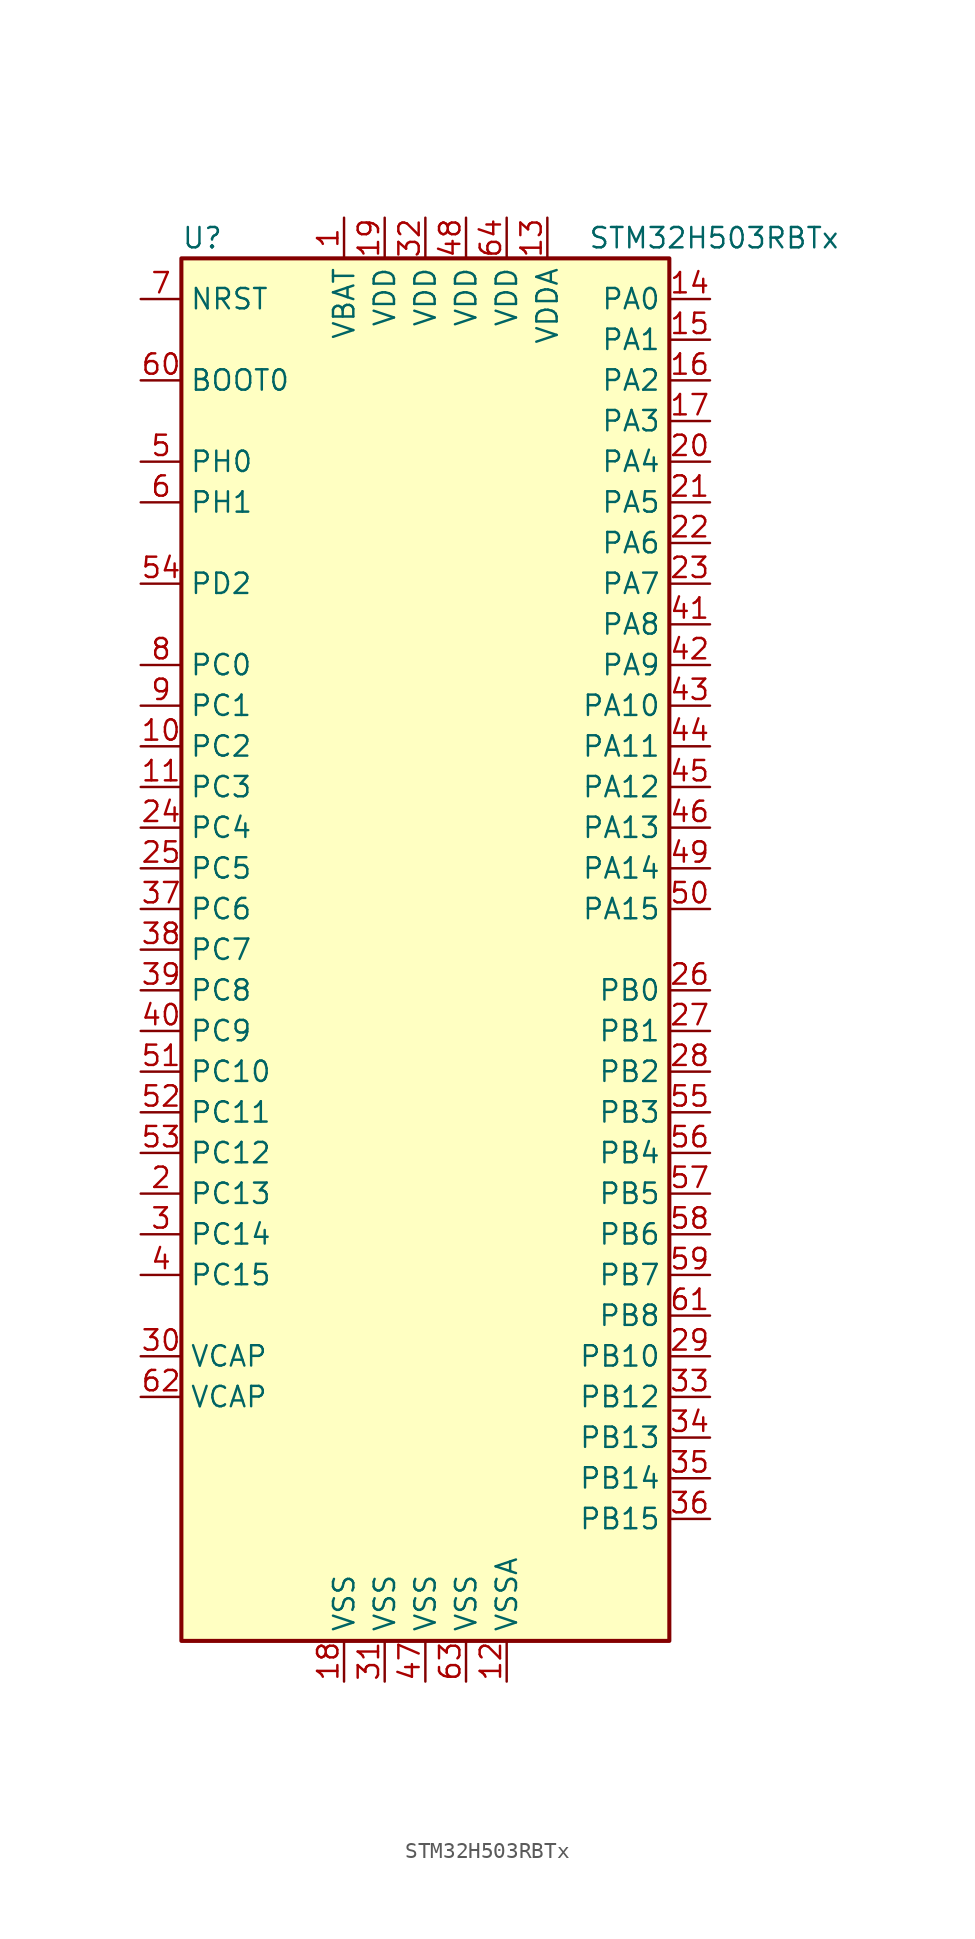
<source format=kicad_sym>
(kicad_symbol_lib
  (version 20220914)
  (generator kicad_symbol_editor)
  (symbol "STM32H503RBTx"
    (property "Reference" "U"
      (at -15.24 44.45 0)
      (effects (font (size 1.27 1.27)) (justify left)))
    (property "Value" "STM32H503RBTx"
      (at 10.16 44.45 0)
      (effects (font (size 1.27 1.27)) (justify left)))
    (property "ki_locked" ""
      (at 0 0 0)
      (effects (font (size 1.27 1.27))))
    (symbol "STM32H503RBTx_0_1"
      (rectangle (start -15.24 43.18) (end 15.24 -43.18) (stroke (width 0.254) (type default)) (fill (type background))))
    (symbol "STM32H503RBTx_1_1"
      (pin power_in line (at -5.08 45.72 270) (length 2.54) (name "VBAT" (effects (font (size 1.27 1.27)))) (number "1" (effects (font (size 1.27 1.27)))))
      (pin bidirectional line (at -17.78 12.7 0) (length 2.54) (name "PC2" (effects (font (size 1.27 1.27)))) (number "10" (effects (font (size 1.27 1.27)))) (alternate "ADC1_INN11" bidirectional line) (alternate "ADC1_INP12" bidirectional line) (alternate "ADC2_INN11" bidirectional line) (alternate "ADC2_INP12" bidirectional line) (alternate "DFSDM1_CKIN1" bidirectional line) (alternate "DFSDM1_CKOUT" bidirectional line) (alternate "I2S2_SDI" bidirectional line) (alternate "OCTOSPIM_P1_IO2" bidirectional line) (alternate "OCTOSPIM_P1_IO5" bidirectional line) (alternate "PWR_CSTOP" bidirectional line) (alternate "SPI2_MISO" bidirectional line) (alternate "USB_OTG_HS_ULPI_DIR" bidirectional line))
      (pin bidirectional line (at -17.78 10.16 0) (length 2.54) (name "PC3" (effects (font (size 1.27 1.27)))) (number "11" (effects (font (size 1.27 1.27)))) (alternate "ADC1_INN12" bidirectional line) (alternate "ADC1_INP13" bidirectional line) (alternate "ADC2_INN12" bidirectional line) (alternate "ADC2_INP13" bidirectional line) (alternate "DFSDM1_DATIN1" bidirectional line) (alternate "I2S2_SDO" bidirectional line) (alternate "OCTOSPIM_P1_IO0" bidirectional line) (alternate "OCTOSPIM_P1_IO6" bidirectional line) (alternate "PWR_CSLEEP" bidirectional line) (alternate "SPI2_MOSI" bidirectional line) (alternate "USB_OTG_HS_ULPI_NXT" bidirectional line))
      (pin power_in line (at 5.08 -45.72 90) (length 2.54) (name "VSSA" (effects (font (size 1.27 1.27)))) (number "12" (effects (font (size 1.27 1.27)))))
      (pin power_in line (at 7.62 45.72 270) (length 2.54) (name "VDDA" (effects (font (size 1.27 1.27)))) (number "13" (effects (font (size 1.27 1.27)))))
      (pin bidirectional line (at 17.78 40.64 180) (length 2.54) (name "PA0" (effects (font (size 1.27 1.27)))) (number "14" (effects (font (size 1.27 1.27)))) (alternate "ADC1_INP16" bidirectional line) (alternate "I2S6_WS" bidirectional line) (alternate "PWR_WKUP1" bidirectional line) (alternate "SAI2_SD_B" bidirectional line) (alternate "SDMMC2_CMD" bidirectional line) (alternate "SPI6_NSS" bidirectional line) (alternate "TIM15_BKIN" bidirectional line) (alternate "TIM2_CH1" bidirectional line) (alternate "TIM2_ETR" bidirectional line) (alternate "TIM5_CH1" bidirectional line) (alternate "TIM8_ETR" bidirectional line) (alternate "UART4_TX" bidirectional line) (alternate "USART2_CTS" bidirectional line) (alternate "USART2_NSS" bidirectional line))
      (pin bidirectional line (at 17.78 38.1 180) (length 2.54) (name "PA1" (effects (font (size 1.27 1.27)))) (number "15" (effects (font (size 1.27 1.27)))) (alternate "ADC1_INN16" bidirectional line) (alternate "ADC1_INP17" bidirectional line) (alternate "LPTIM3_OUT" bidirectional line) (alternate "LTDC_R2" bidirectional line) (alternate "OCTOSPIM_P1_DQS" bidirectional line) (alternate "OCTOSPIM_P1_IO3" bidirectional line) (alternate "SAI2_MCLK_B" bidirectional line) (alternate "TIM15_CH1N" bidirectional line) (alternate "TIM2_CH2" bidirectional line) (alternate "TIM5_CH2" bidirectional line) (alternate "UART4_RX" bidirectional line) (alternate "USART2_DE" bidirectional line) (alternate "USART2_RTS" bidirectional line))
      (pin bidirectional line (at 17.78 35.56 180) (length 2.54) (name "PA2" (effects (font (size 1.27 1.27)))) (number "16" (effects (font (size 1.27 1.27)))) (alternate "ADC1_INP14" bidirectional line) (alternate "DFSDM2_CKIN1" bidirectional line) (alternate "LTDC_R1" bidirectional line) (alternate "MDIOS_MDIO" bidirectional line) (alternate "PWR_WKUP2" bidirectional line) (alternate "SAI2_SCK_B" bidirectional line) (alternate "TIM15_CH1" bidirectional line) (alternate "TIM2_CH3" bidirectional line) (alternate "TIM5_CH3" bidirectional line) (alternate "USART2_TX" bidirectional line))
      (pin bidirectional line (at 17.78 33.02 180) (length 2.54) (name "PA3" (effects (font (size 1.27 1.27)))) (number "17" (effects (font (size 1.27 1.27)))) (alternate "ADC1_INP15" bidirectional line) (alternate "I2S6_MCK" bidirectional line) (alternate "LTDC_B2" bidirectional line) (alternate "LTDC_B5" bidirectional line) (alternate "OCTOSPIM_P1_CLK" bidirectional line) (alternate "TIM15_CH2" bidirectional line) (alternate "TIM2_CH4" bidirectional line) (alternate "TIM5_CH4" bidirectional line) (alternate "USART2_RX" bidirectional line) (alternate "USB_OTG_HS_ULPI_D0" bidirectional line))
      (pin power_in line (at -5.08 -45.72 90) (length 2.54) (name "VSS" (effects (font (size 1.27 1.27)))) (number "18" (effects (font (size 1.27 1.27)))))
      (pin power_in line (at -2.54 45.72 270) (length 2.54) (name "VDD" (effects (font (size 1.27 1.27)))) (number "19" (effects (font (size 1.27 1.27)))))
      (pin bidirectional line (at -17.78 -15.24 0) (length 2.54) (name "PC13" (effects (font (size 1.27 1.27)))) (number "2" (effects (font (size 1.27 1.27)))) (alternate "PWR_WKUP4" bidirectional line) (alternate "RTC_OUT_ALARM" bidirectional line) (alternate "RTC_OUT_CALIB" bidirectional line) (alternate "RTC_TAMP1" bidirectional line) (alternate "RTC_TS" bidirectional line))
      (pin bidirectional line (at 17.78 30.48 180) (length 2.54) (name "PA4" (effects (font (size 1.27 1.27)))) (number "20" (effects (font (size 1.27 1.27)))) (alternate "ADC1_INP18" bidirectional line) (alternate "DAC1_OUT1" bidirectional line) (alternate "DCMI_HSYNC" bidirectional line) (alternate "I2S1_WS" bidirectional line) (alternate "I2S3_WS" bidirectional line) (alternate "I2S6_WS" bidirectional line) (alternate "LTDC_VSYNC" bidirectional line) (alternate "PSSI_DE" bidirectional line) (alternate "SPI1_NSS" bidirectional line) (alternate "SPI3_NSS" bidirectional line) (alternate "SPI6_NSS" bidirectional line) (alternate "TIM5_ETR" bidirectional line) (alternate "USART2_CK" bidirectional line))
      (pin bidirectional line (at 17.78 27.94 180) (length 2.54) (name "PA5" (effects (font (size 1.27 1.27)))) (number "21" (effects (font (size 1.27 1.27)))) (alternate "ADC1_INN18" bidirectional line) (alternate "ADC1_INP19" bidirectional line) (alternate "DAC1_OUT2" bidirectional line) (alternate "I2S1_CK" bidirectional line) (alternate "I2S6_CK" bidirectional line) (alternate "LTDC_R4" bidirectional line) (alternate "PSSI_D14" bidirectional line) (alternate "PWR_NDSTOP2" bidirectional line) (alternate "SPI1_SCK" bidirectional line) (alternate "SPI6_SCK" bidirectional line) (alternate "TIM2_CH1" bidirectional line) (alternate "TIM2_ETR" bidirectional line) (alternate "TIM8_CH1N" bidirectional line) (alternate "USB_OTG_HS_ULPI_CK" bidirectional line))
      (pin bidirectional line (at 17.78 25.4 180) (length 2.54) (name "PA6" (effects (font (size 1.27 1.27)))) (number "22" (effects (font (size 1.27 1.27)))) (alternate "ADC1_INP3" bidirectional line) (alternate "ADC2_INP3" bidirectional line) (alternate "DAC2_OUT1" bidirectional line) (alternate "DCMI_PIXCLK" bidirectional line) (alternate "I2S1_SDI" bidirectional line) (alternate "I2S6_SDI" bidirectional line) (alternate "LTDC_G2" bidirectional line) (alternate "MDIOS_MDC" bidirectional line) (alternate "OCTOSPIM_P1_IO3" bidirectional line) (alternate "PSSI_PDCK" bidirectional line) (alternate "SPI1_MISO" bidirectional line) (alternate "SPI6_MISO" bidirectional line) (alternate "TIM13_CH1" bidirectional line) (alternate "TIM1_BKIN" bidirectional line) (alternate "TIM1_BKIN_COMP1" bidirectional line) (alternate "TIM3_CH1" bidirectional line) (alternate "TIM8_BKIN" bidirectional line) (alternate "TIM8_BKIN_COMP1" bidirectional line))
      (pin bidirectional line (at 17.78 22.86 180) (length 2.54) (name "PA7" (effects (font (size 1.27 1.27)))) (number "23" (effects (font (size 1.27 1.27)))) (alternate "ADC1_INN3" bidirectional line) (alternate "ADC1_INP7" bidirectional line) (alternate "ADC2_INN3" bidirectional line) (alternate "ADC2_INP7" bidirectional line) (alternate "DFSDM2_DATIN1" bidirectional line) (alternate "I2S1_SDO" bidirectional line) (alternate "I2S6_SDO" bidirectional line) (alternate "LTDC_VSYNC" bidirectional line) (alternate "OCTOSPIM_P1_IO2" bidirectional line) (alternate "OPAMP1_VINM" bidirectional line) (alternate "SPI1_MOSI" bidirectional line) (alternate "SPI6_MOSI" bidirectional line) (alternate "TIM14_CH1" bidirectional line) (alternate "TIM1_CH1N" bidirectional line) (alternate "TIM3_CH2" bidirectional line) (alternate "TIM8_CH1N" bidirectional line))
      (pin bidirectional line (at -17.78 7.62 0) (length 2.54) (name "PC4" (effects (font (size 1.27 1.27)))) (number "24" (effects (font (size 1.27 1.27)))) (alternate "ADC1_INP4" bidirectional line) (alternate "ADC2_INP4" bidirectional line) (alternate "COMP1_INM" bidirectional line) (alternate "DFSDM1_CKIN2" bidirectional line) (alternate "I2S1_MCK" bidirectional line) (alternate "LTDC_R7" bidirectional line) (alternate "OPAMP1_VOUT" bidirectional line) (alternate "SPDIFRX_IN2" bidirectional line))
      (pin bidirectional line (at -17.78 5.08 0) (length 2.54) (name "PC5" (effects (font (size 1.27 1.27)))) (number "25" (effects (font (size 1.27 1.27)))) (alternate "ADC1_INN4" bidirectional line) (alternate "ADC1_INP8" bidirectional line) (alternate "ADC2_INN4" bidirectional line) (alternate "ADC2_INP8" bidirectional line) (alternate "COMP1_OUT" bidirectional line) (alternate "DFSDM1_DATIN2" bidirectional line) (alternate "LTDC_DE" bidirectional line) (alternate "OCTOSPIM_P1_DQS" bidirectional line) (alternate "OPAMP1_VINM" bidirectional line) (alternate "PSSI_D15" bidirectional line) (alternate "SPDIFRX_IN3" bidirectional line))
      (pin bidirectional line (at 17.78 -2.54 180) (length 2.54) (name "PB0" (effects (font (size 1.27 1.27)))) (number "26" (effects (font (size 1.27 1.27)))) (alternate "ADC1_INN5" bidirectional line) (alternate "ADC1_INP9" bidirectional line) (alternate "ADC2_INN5" bidirectional line) (alternate "ADC2_INP9" bidirectional line) (alternate "COMP1_INP" bidirectional line) (alternate "DFSDM1_CKOUT" bidirectional line) (alternate "DFSDM2_CKOUT" bidirectional line) (alternate "LTDC_G1" bidirectional line) (alternate "LTDC_R3" bidirectional line) (alternate "OCTOSPIM_P1_IO1" bidirectional line) (alternate "OPAMP1_VINP" bidirectional line) (alternate "TIM1_CH2N" bidirectional line) (alternate "TIM3_CH3" bidirectional line) (alternate "TIM8_CH2N" bidirectional line) (alternate "UART4_CTS" bidirectional line) (alternate "USB_OTG_HS_ULPI_D1" bidirectional line))
      (pin bidirectional line (at 17.78 -5.08 180) (length 2.54) (name "PB1" (effects (font (size 1.27 1.27)))) (number "27" (effects (font (size 1.27 1.27)))) (alternate "ADC1_INP5" bidirectional line) (alternate "ADC2_INP5" bidirectional line) (alternate "COMP1_INM" bidirectional line) (alternate "DFSDM1_DATIN1" bidirectional line) (alternate "LTDC_G0" bidirectional line) (alternate "LTDC_R6" bidirectional line) (alternate "OCTOSPIM_P1_IO0" bidirectional line) (alternate "TIM1_CH3N" bidirectional line) (alternate "TIM3_CH4" bidirectional line) (alternate "TIM8_CH3N" bidirectional line) (alternate "USB_OTG_HS_ULPI_D2" bidirectional line))
      (pin bidirectional line (at 17.78 -7.62 180) (length 2.54) (name "PB2" (effects (font (size 1.27 1.27)))) (number "28" (effects (font (size 1.27 1.27)))) (alternate "COMP1_INP" bidirectional line) (alternate "DFSDM1_CKIN1" bidirectional line) (alternate "I2S3_SDO" bidirectional line) (alternate "OCTOSPIM_P1_CLK" bidirectional line) (alternate "OCTOSPIM_P1_DQS" bidirectional line) (alternate "RTC_OUT_ALARM" bidirectional line) (alternate "RTC_OUT_CALIB" bidirectional line) (alternate "SPI3_MOSI" bidirectional line))
      (pin bidirectional line (at 17.78 -25.4 180) (length 2.54) (name "PB10" (effects (font (size 1.27 1.27)))) (number "29" (effects (font (size 1.27 1.27)))) (alternate "DFSDM1_DATIN7" bidirectional line) (alternate "I2S2_CK" bidirectional line) (alternate "LPTIM2_IN1" bidirectional line) (alternate "LTDC_G4" bidirectional line) (alternate "OCTOSPIM_P1_NCS" bidirectional line) (alternate "SPI2_SCK" bidirectional line) (alternate "TIM2_CH3" bidirectional line) (alternate "USART3_TX" bidirectional line) (alternate "USB_OTG_HS_ULPI_D3" bidirectional line))
      (pin bidirectional line (at -17.78 -17.78 0) (length 2.54) (name "PC14" (effects (font (size 1.27 1.27)))) (number "3" (effects (font (size 1.27 1.27)))) (alternate "RCC_OSC32_IN" bidirectional line))
      (pin power_out line (at -17.78 -25.4 0) (length 2.54) (name "VCAP" (effects (font (size 1.27 1.27)))) (number "30" (effects (font (size 1.27 1.27)))))
      (pin passive line (at -2.54 -45.72 90) (length 2.54) (name "VSS" (effects (font (size 1.27 1.27)))) (number "31" (effects (font (size 1.27 1.27)))))
      (pin power_in line (at 0 45.72 270) (length 2.54) (name "VDD" (effects (font (size 1.27 1.27)))) (number "32" (effects (font (size 1.27 1.27)))))
      (pin bidirectional line (at 17.78 -27.94 180) (length 2.54) (name "PB12" (effects (font (size 1.27 1.27)))) (number "33" (effects (font (size 1.27 1.27)))) (alternate "DFSDM1_DATIN1" bidirectional line) (alternate "DFSDM2_DATIN1" bidirectional line) (alternate "FDCAN2_RX" bidirectional line) (alternate "I2S2_WS" bidirectional line) (alternate "OCTOSPIM_P1_NCLK" bidirectional line) (alternate "SPI2_NSS" bidirectional line) (alternate "TIM1_BKIN" bidirectional line) (alternate "TIM1_BKIN_COMP1" bidirectional line) (alternate "UART5_RX" bidirectional line) (alternate "USART3_CK" bidirectional line) (alternate "USB_OTG_HS_ULPI_D5" bidirectional line))
      (pin bidirectional line (at 17.78 -30.48 180) (length 2.54) (name "PB13" (effects (font (size 1.27 1.27)))) (number "34" (effects (font (size 1.27 1.27)))) (alternate "DCMI_D2" bidirectional line) (alternate "DFSDM1_CKIN1" bidirectional line) (alternate "DFSDM2_CKIN1" bidirectional line) (alternate "FDCAN2_TX" bidirectional line) (alternate "I2S2_CK" bidirectional line) (alternate "LPTIM2_OUT" bidirectional line) (alternate "PSSI_D2" bidirectional line) (alternate "SDMMC1_D0" bidirectional line) (alternate "SPI2_SCK" bidirectional line) (alternate "TIM1_CH1N" bidirectional line) (alternate "UART5_TX" bidirectional line) (alternate "USART3_CTS" bidirectional line) (alternate "USART3_NSS" bidirectional line) (alternate "USB_OTG_HS_ULPI_D6" bidirectional line))
      (pin bidirectional line (at 17.78 -33.02 180) (length 2.54) (name "PB14" (effects (font (size 1.27 1.27)))) (number "35" (effects (font (size 1.27 1.27)))) (alternate "DFSDM1_DATIN2" bidirectional line) (alternate "I2S2_SDI" bidirectional line) (alternate "LTDC_CLK" bidirectional line) (alternate "SDMMC2_D0" bidirectional line) (alternate "SPI2_MISO" bidirectional line) (alternate "TIM12_CH1" bidirectional line) (alternate "TIM1_CH2N" bidirectional line) (alternate "TIM8_CH2N" bidirectional line) (alternate "UART4_DE" bidirectional line) (alternate "UART4_RTS" bidirectional line) (alternate "USART1_TX" bidirectional line) (alternate "USART3_DE" bidirectional line) (alternate "USART3_RTS" bidirectional line))
      (pin bidirectional line (at 17.78 -35.56 180) (length 2.54) (name "PB15" (effects (font (size 1.27 1.27)))) (number "36" (effects (font (size 1.27 1.27)))) (alternate "ADC1_EXTI15" bidirectional line) (alternate "ADC2_EXTI15" bidirectional line) (alternate "DFSDM1_CKIN2" bidirectional line) (alternate "I2S2_SDO" bidirectional line) (alternate "LTDC_G7" bidirectional line) (alternate "RTC_REFIN" bidirectional line) (alternate "SDMMC2_D1" bidirectional line) (alternate "SPI2_MOSI" bidirectional line) (alternate "TIM12_CH2" bidirectional line) (alternate "TIM1_CH3N" bidirectional line) (alternate "TIM8_CH3N" bidirectional line) (alternate "UART4_CTS" bidirectional line) (alternate "USART1_RX" bidirectional line))
      (pin bidirectional line (at -17.78 2.54 0) (length 2.54) (name "PC6" (effects (font (size 1.27 1.27)))) (number "37" (effects (font (size 1.27 1.27)))) (alternate "DCMI_D0" bidirectional line) (alternate "DFSDM1_CKIN3" bidirectional line) (alternate "I2S2_MCK" bidirectional line) (alternate "LTDC_HSYNC" bidirectional line) (alternate "PSSI_D0" bidirectional line) (alternate "SDMMC1_D0DIR" bidirectional line) (alternate "SDMMC1_D6" bidirectional line) (alternate "SDMMC2_D6" bidirectional line) (alternate "SWPMI1_IO" bidirectional line) (alternate "TIM3_CH1" bidirectional line) (alternate "TIM8_CH1" bidirectional line) (alternate "USART6_TX" bidirectional line))
      (pin bidirectional line (at -17.78 0 0) (length 2.54) (name "PC7" (effects (font (size 1.27 1.27)))) (number "38" (effects (font (size 1.27 1.27)))) (alternate "DCMI_D1" bidirectional line) (alternate "DEBUG_TRGIO" bidirectional line) (alternate "DFSDM1_DATIN3" bidirectional line) (alternate "I2S3_MCK" bidirectional line) (alternate "LTDC_G6" bidirectional line) (alternate "PSSI_D1" bidirectional line) (alternate "SDMMC1_D123DIR" bidirectional line) (alternate "SDMMC1_D7" bidirectional line) (alternate "SDMMC2_D7" bidirectional line) (alternate "SWPMI1_TX" bidirectional line) (alternate "TIM3_CH2" bidirectional line) (alternate "TIM8_CH2" bidirectional line) (alternate "USART6_RX" bidirectional line))
      (pin bidirectional line (at -17.78 -2.54 0) (length 2.54) (name "PC8" (effects (font (size 1.27 1.27)))) (number "39" (effects (font (size 1.27 1.27)))) (alternate "DAC1_EXTI9" bidirectional line) (alternate "DCMI_D3" bidirectional line) (alternate "I2C3_SDA" bidirectional line) (alternate "I2S_CKIN" bidirectional line) (alternate "LTDC_B2" bidirectional line) (alternate "LTDC_G3" bidirectional line) (alternate "OCTOSPIM_P1_IO0" bidirectional line) (alternate "PSSI_D3" bidirectional line) (alternate "RCC_MCO_2" bidirectional line) (alternate "SDMMC1_D1" bidirectional line) (alternate "SWPMI1_SUSPEND" bidirectional line) (alternate "TIM3_CH4" bidirectional line) (alternate "TIM8_CH4" bidirectional line) (alternate "UART5_CTS" bidirectional line))
      (pin bidirectional line (at -17.78 -20.32 0) (length 2.54) (name "PC15" (effects (font (size 1.27 1.27)))) (number "4" (effects (font (size 1.27 1.27)))) (alternate "ADC1_EXTI15" bidirectional line) (alternate "ADC2_EXTI15" bidirectional line) (alternate "RCC_OSC32_OUT" bidirectional line))
      (pin bidirectional line (at -17.78 -5.08 0) (length 2.54) (name "PC9" (effects (font (size 1.27 1.27)))) (number "40" (effects (font (size 1.27 1.27)))) (alternate "DCMI_D8" bidirectional line) (alternate "DFSDM1_CKIN5" bidirectional line) (alternate "DFSDM2_CKIN0" bidirectional line) (alternate "I2S3_CK" bidirectional line) (alternate "LTDC_B1" bidirectional line) (alternate "LTDC_R2" bidirectional line) (alternate "OCTOSPIM_P1_IO1" bidirectional line) (alternate "PSSI_D8" bidirectional line) (alternate "SDMMC1_D2" bidirectional line) (alternate "SPI3_SCK" bidirectional line) (alternate "SWPMI1_RX" bidirectional line) (alternate "UART4_TX" bidirectional line) (alternate "USART3_TX" bidirectional line))
      (pin bidirectional line (at 17.78 20.32 180) (length 2.54) (name "PA8" (effects (font (size 1.27 1.27)))) (number "41" (effects (font (size 1.27 1.27)))) (alternate "I2C3_SCL" bidirectional line) (alternate "LTDC_B3" bidirectional line) (alternate "LTDC_R6" bidirectional line) (alternate "RCC_MCO_1" bidirectional line) (alternate "TIM1_CH1" bidirectional line) (alternate "TIM8_BKIN2" bidirectional line) (alternate "TIM8_BKIN2_COMP1" bidirectional line) (alternate "UART7_RX" bidirectional line) (alternate "USART1_CK" bidirectional line) (alternate "USB_OTG_HS_SOF" bidirectional line))
      (pin bidirectional line (at 17.78 17.78 180) (length 2.54) (name "PA9" (effects (font (size 1.27 1.27)))) (number "42" (effects (font (size 1.27 1.27)))) (alternate "DAC1_EXTI9" bidirectional line) (alternate "DCMI_D0" bidirectional line) (alternate "I2C3_SMBA" bidirectional line) (alternate "I2S2_CK" bidirectional line) (alternate "LPUART1_TX" bidirectional line) (alternate "LTDC_R5" bidirectional line) (alternate "PSSI_D0" bidirectional line) (alternate "SPI2_SCK" bidirectional line) (alternate "TIM1_CH2" bidirectional line) (alternate "USART1_TX" bidirectional line) (alternate "USB_OTG_HS_VBUS" bidirectional line))
      (pin bidirectional line (at 17.78 15.24 180) (length 2.54) (name "PA10" (effects (font (size 1.27 1.27)))) (number "43" (effects (font (size 1.27 1.27)))) (alternate "DCMI_D1" bidirectional line) (alternate "LPUART1_RX" bidirectional line) (alternate "LTDC_B1" bidirectional line) (alternate "LTDC_B4" bidirectional line) (alternate "MDIOS_MDIO" bidirectional line) (alternate "PSSI_D1" bidirectional line) (alternate "TIM1_CH3" bidirectional line) (alternate "USART1_RX" bidirectional line) (alternate "USB_OTG_HS_ID" bidirectional line))
      (pin bidirectional line (at 17.78 12.7 180) (length 2.54) (name "PA11" (effects (font (size 1.27 1.27)))) (number "44" (effects (font (size 1.27 1.27)))) (alternate "ADC1_EXTI11" bidirectional line) (alternate "ADC2_EXTI11" bidirectional line) (alternate "FDCAN1_RX" bidirectional line) (alternate "I2S2_WS" bidirectional line) (alternate "LPUART1_CTS" bidirectional line) (alternate "LTDC_R4" bidirectional line) (alternate "SPI2_NSS" bidirectional line) (alternate "TIM1_CH4" bidirectional line) (alternate "UART4_RX" bidirectional line) (alternate "USART1_CTS" bidirectional line) (alternate "USART1_NSS" bidirectional line) (alternate "USB_OTG_HS_DM" bidirectional line))
      (pin bidirectional line (at 17.78 10.16 180) (length 2.54) (name "PA12" (effects (font (size 1.27 1.27)))) (number "45" (effects (font (size 1.27 1.27)))) (alternate "FDCAN1_TX" bidirectional line) (alternate "I2S2_CK" bidirectional line) (alternate "LPUART1_DE" bidirectional line) (alternate "LPUART1_RTS" bidirectional line) (alternate "LTDC_R5" bidirectional line) (alternate "SAI2_FS_B" bidirectional line) (alternate "SPI2_SCK" bidirectional line) (alternate "TIM1_ETR" bidirectional line) (alternate "UART4_TX" bidirectional line) (alternate "USART1_DE" bidirectional line) (alternate "USART1_RTS" bidirectional line) (alternate "USB_OTG_HS_DP" bidirectional line))
      (pin bidirectional line (at 17.78 7.62 180) (length 2.54) (name "PA13" (effects (font (size 1.27 1.27)))) (number "46" (effects (font (size 1.27 1.27)))) (alternate "DEBUG_JTMS-SWDIO" bidirectional line))
      (pin passive line (at 0 -45.72 90) (length 2.54) (name "VSS" (effects (font (size 1.27 1.27)))) (number "47" (effects (font (size 1.27 1.27)))))
      (pin power_in line (at 2.54 45.72 270) (length 2.54) (name "VDD" (effects (font (size 1.27 1.27)))) (number "48" (effects (font (size 1.27 1.27)))))
      (pin bidirectional line (at 17.78 5.08 180) (length 2.54) (name "PA14" (effects (font (size 1.27 1.27)))) (number "49" (effects (font (size 1.27 1.27)))) (alternate "DEBUG_JTCK-SWCLK" bidirectional line))
      (pin bidirectional line (at -17.78 30.48 0) (length 2.54) (name "PH0" (effects (font (size 1.27 1.27)))) (number "5" (effects (font (size 1.27 1.27)))) (alternate "RCC_OSC_IN" bidirectional line))
      (pin bidirectional line (at 17.78 2.54 180) (length 2.54) (name "PA15" (effects (font (size 1.27 1.27)))) (number "50" (effects (font (size 1.27 1.27)))) (alternate "ADC1_EXTI15" bidirectional line) (alternate "ADC2_EXTI15" bidirectional line) (alternate "CEC" bidirectional line) (alternate "DEBUG_JTDI" bidirectional line) (alternate "I2S1_WS" bidirectional line) (alternate "I2S3_WS" bidirectional line) (alternate "I2S6_WS" bidirectional line) (alternate "LTDC_B6" bidirectional line) (alternate "LTDC_R3" bidirectional line) (alternate "SPI1_NSS" bidirectional line) (alternate "SPI3_NSS" bidirectional line) (alternate "SPI6_NSS" bidirectional line) (alternate "TIM2_CH1" bidirectional line) (alternate "TIM2_ETR" bidirectional line) (alternate "UART4_DE" bidirectional line) (alternate "UART4_RTS" bidirectional line) (alternate "UART7_TX" bidirectional line))
      (pin bidirectional line (at -17.78 -7.62 0) (length 2.54) (name "PC10" (effects (font (size 1.27 1.27)))) (number "51" (effects (font (size 1.27 1.27)))) (alternate "ADC1_EXTI11" bidirectional line) (alternate "ADC2_EXTI11" bidirectional line) (alternate "DCMI_D4" bidirectional line) (alternate "DFSDM1_DATIN5" bidirectional line) (alternate "DFSDM2_DATIN0" bidirectional line) (alternate "I2S3_SDI" bidirectional line) (alternate "LTDC_B4" bidirectional line) (alternate "OCTOSPIM_P1_NCS" bidirectional line) (alternate "PSSI_D4" bidirectional line) (alternate "SDMMC1_D3" bidirectional line) (alternate "SPI3_MISO" bidirectional line) (alternate "UART4_RX" bidirectional line) (alternate "USART3_RX" bidirectional line))
      (pin bidirectional line (at -17.78 -10.16 0) (length 2.54) (name "PC11" (effects (font (size 1.27 1.27)))) (number "52" (effects (font (size 1.27 1.27)))) (alternate "ADC1_EXTI11" bidirectional line) (alternate "ADC2_EXTI11" bidirectional line) (alternate "DCMI_D4" bidirectional line) (alternate "DFSDM1_DATIN5" bidirectional line) (alternate "DFSDM2_DATIN0" bidirectional line) (alternate "I2S3_SDI" bidirectional line) (alternate "LTDC_B4" bidirectional line) (alternate "OCTOSPIM_P1_NCS" bidirectional line) (alternate "PSSI_D4" bidirectional line) (alternate "SDMMC1_D3" bidirectional line) (alternate "SPI3_MISO" bidirectional line) (alternate "UART4_RX" bidirectional line) (alternate "USART3_RX" bidirectional line))
      (pin bidirectional line (at -17.78 -12.7 0) (length 2.54) (name "PC12" (effects (font (size 1.27 1.27)))) (number "53" (effects (font (size 1.27 1.27)))) (alternate "DCMI_D9" bidirectional line) (alternate "DEBUG_TRACED3" bidirectional line) (alternate "DFSDM2_CKOUT" bidirectional line) (alternate "I2S3_SDO" bidirectional line) (alternate "I2S6_CK" bidirectional line) (alternate "LTDC_R6" bidirectional line) (alternate "PSSI_D9" bidirectional line) (alternate "SDMMC1_CK" bidirectional line) (alternate "SPI3_MOSI" bidirectional line) (alternate "SPI6_SCK" bidirectional line) (alternate "TIM15_CH1" bidirectional line) (alternate "UART5_TX" bidirectional line) (alternate "USART3_CK" bidirectional line))
      (pin bidirectional line (at -17.78 22.86 0) (length 2.54) (name "PD2" (effects (font (size 1.27 1.27)))) (number "54" (effects (font (size 1.27 1.27)))) (alternate "DCMI_D11" bidirectional line) (alternate "DEBUG_TRACED2" bidirectional line) (alternate "LTDC_B2" bidirectional line) (alternate "LTDC_B7" bidirectional line) (alternate "PSSI_D11" bidirectional line) (alternate "SDMMC1_CMD" bidirectional line) (alternate "TIM15_BKIN" bidirectional line) (alternate "TIM3_ETR" bidirectional line) (alternate "UART5_RX" bidirectional line))
      (pin bidirectional line (at 17.78 -10.16 180) (length 2.54) (name "PB3" (effects (font (size 1.27 1.27)))) (number "55" (effects (font (size 1.27 1.27)))) (alternate "CRS_SYNC" bidirectional line) (alternate "DEBUG_JTDO-SWO" bidirectional line) (alternate "I2S1_CK" bidirectional line) (alternate "I2S3_CK" bidirectional line) (alternate "I2S6_CK" bidirectional line) (alternate "SDMMC2_D2" bidirectional line) (alternate "SPI1_SCK" bidirectional line) (alternate "SPI3_SCK" bidirectional line) (alternate "SPI6_SCK" bidirectional line) (alternate "TIM2_CH2" bidirectional line) (alternate "UART7_RX" bidirectional line))
      (pin bidirectional line (at 17.78 -12.7 180) (length 2.54) (name "PB4" (effects (font (size 1.27 1.27)))) (number "56" (effects (font (size 1.27 1.27)))) (alternate "DEBUG_JTRST" bidirectional line) (alternate "I2S1_SDI" bidirectional line) (alternate "I2S2_WS" bidirectional line) (alternate "I2S3_SDI" bidirectional line) (alternate "I2S6_SDI" bidirectional line) (alternate "SDMMC2_D3" bidirectional line) (alternate "SPI1_MISO" bidirectional line) (alternate "SPI2_NSS" bidirectional line) (alternate "SPI3_MISO" bidirectional line) (alternate "SPI6_MISO" bidirectional line) (alternate "TIM16_BKIN" bidirectional line) (alternate "TIM3_CH1" bidirectional line) (alternate "UART7_TX" bidirectional line))
      (pin bidirectional line (at 17.78 -15.24 180) (length 2.54) (name "PB5" (effects (font (size 1.27 1.27)))) (number "57" (effects (font (size 1.27 1.27)))) (alternate "DCMI_D10" bidirectional line) (alternate "FDCAN2_RX" bidirectional line) (alternate "I2C1_SMBA" bidirectional line) (alternate "I2C4_SMBA" bidirectional line) (alternate "I2S1_SDO" bidirectional line) (alternate "I2S3_SDO" bidirectional line) (alternate "I2S6_SDO" bidirectional line) (alternate "LTDC_B5" bidirectional line) (alternate "PSSI_D10" bidirectional line) (alternate "SPI1_MOSI" bidirectional line) (alternate "SPI3_MOSI" bidirectional line) (alternate "SPI6_MOSI" bidirectional line) (alternate "TIM17_BKIN" bidirectional line) (alternate "TIM3_CH2" bidirectional line) (alternate "UART5_RX" bidirectional line) (alternate "USB_OTG_HS_ULPI_D7" bidirectional line))
      (pin bidirectional line (at 17.78 -17.78 180) (length 2.54) (name "PB6" (effects (font (size 1.27 1.27)))) (number "58" (effects (font (size 1.27 1.27)))) (alternate "CEC" bidirectional line) (alternate "DCMI_D5" bidirectional line) (alternate "DFSDM1_DATIN5" bidirectional line) (alternate "FDCAN2_TX" bidirectional line) (alternate "I2C1_SCL" bidirectional line) (alternate "I2C4_SCL" bidirectional line) (alternate "LPUART1_TX" bidirectional line) (alternate "OCTOSPIM_P1_NCS" bidirectional line) (alternate "PSSI_D5" bidirectional line) (alternate "TIM16_CH1N" bidirectional line) (alternate "TIM4_CH1" bidirectional line) (alternate "UART5_TX" bidirectional line) (alternate "USART1_TX" bidirectional line))
      (pin bidirectional line (at 17.78 -20.32 180) (length 2.54) (name "PB7" (effects (font (size 1.27 1.27)))) (number "59" (effects (font (size 1.27 1.27)))) (alternate "DCMI_VSYNC" bidirectional line) (alternate "DFSDM1_CKIN5" bidirectional line) (alternate "I2C1_SDA" bidirectional line) (alternate "I2C4_SDA" bidirectional line) (alternate "LPUART1_RX" bidirectional line) (alternate "PSSI_RDY" bidirectional line) (alternate "PWR_PVD_IN" bidirectional line) (alternate "TIM17_CH1N" bidirectional line) (alternate "TIM4_CH2" bidirectional line) (alternate "USART1_RX" bidirectional line))
      (pin bidirectional line (at -17.78 27.94 0) (length 2.54) (name "PH1" (effects (font (size 1.27 1.27)))) (number "6" (effects (font (size 1.27 1.27)))) (alternate "RCC_OSC_OUT" bidirectional line))
      (pin input line (at -17.78 35.56 0) (length 2.54) (name "BOOT0" (effects (font (size 1.27 1.27)))) (number "60" (effects (font (size 1.27 1.27)))))
      (pin bidirectional line (at 17.78 -22.86 180) (length 2.54) (name "PB8" (effects (font (size 1.27 1.27)))) (number "61" (effects (font (size 1.27 1.27)))) (alternate "DCMI_D6" bidirectional line) (alternate "DFSDM1_CKIN7" bidirectional line) (alternate "FDCAN1_RX" bidirectional line) (alternate "I2C1_SCL" bidirectional line) (alternate "I2C4_SCL" bidirectional line) (alternate "LTDC_B6" bidirectional line) (alternate "PSSI_D6" bidirectional line) (alternate "SDMMC1_CKIN" bidirectional line) (alternate "SDMMC1_D4" bidirectional line) (alternate "SDMMC2_D4" bidirectional line) (alternate "TIM16_CH1" bidirectional line) (alternate "TIM4_CH3" bidirectional line) (alternate "UART4_RX" bidirectional line))
      (pin power_out line (at -17.78 -27.94 0) (length 2.54) (name "VCAP" (effects (font (size 1.27 1.27)))) (number "62" (effects (font (size 1.27 1.27)))))
      (pin passive line (at 2.54 -45.72 90) (length 2.54) (name "VSS" (effects (font (size 1.27 1.27)))) (number "63" (effects (font (size 1.27 1.27)))))
      (pin power_in line (at 5.08 45.72 270) (length 2.54) (name "VDD" (effects (font (size 1.27 1.27)))) (number "64" (effects (font (size 1.27 1.27)))))
      (pin input line (at -17.78 40.64 0) (length 2.54) (name "NRST" (effects (font (size 1.27 1.27)))) (number "7" (effects (font (size 1.27 1.27)))))
      (pin bidirectional line (at -17.78 17.78 0) (length 2.54) (name "PC0" (effects (font (size 1.27 1.27)))) (number "8" (effects (font (size 1.27 1.27)))) (alternate "ADC1_INP10" bidirectional line) (alternate "ADC2_INP10" bidirectional line) (alternate "DFSDM1_CKIN0" bidirectional line) (alternate "DFSDM1_DATIN4" bidirectional line) (alternate "LTDC_G2" bidirectional line) (alternate "LTDC_R5" bidirectional line) (alternate "SAI2_FS_B" bidirectional line) (alternate "USB_OTG_HS_ULPI_STP" bidirectional line))
      (pin bidirectional line (at -17.78 15.24 0) (length 2.54) (name "PC1" (effects (font (size 1.27 1.27)))) (number "9" (effects (font (size 1.27 1.27)))) (alternate "ADC1_INN10" bidirectional line) (alternate "ADC1_INP11" bidirectional line) (alternate "ADC2_INN10" bidirectional line) (alternate "ADC2_INP11" bidirectional line) (alternate "DEBUG_TRACED0" bidirectional line) (alternate "DFSDM1_CKIN4" bidirectional line) (alternate "DFSDM1_DATIN0" bidirectional line) (alternate "I2S2_SDO" bidirectional line) (alternate "LTDC_G5" bidirectional line) (alternate "MDIOS_MDC" bidirectional line) (alternate "OCTOSPIM_P1_IO4" bidirectional line) (alternate "PWR_WKUP6" bidirectional line) (alternate "RTC_TAMP3" bidirectional line) (alternate "SDMMC2_CK" bidirectional line) (alternate "SPI2_MOSI" bidirectional line)))))
</source>
